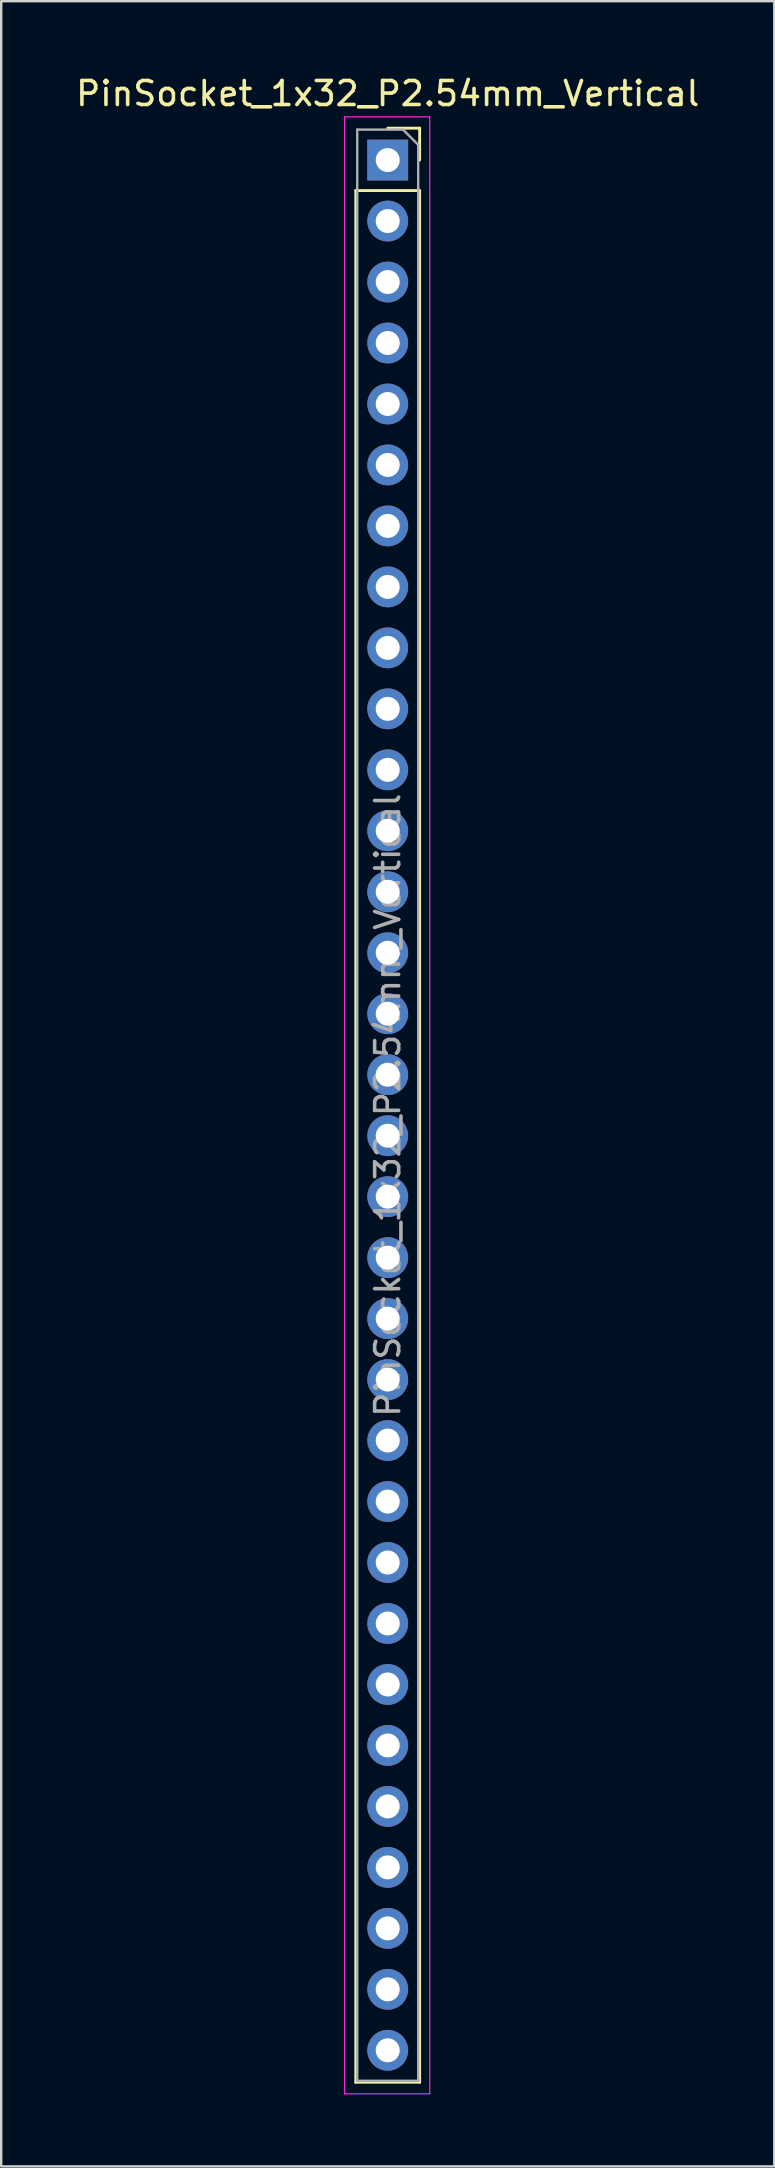
<source format=kicad_pcb>
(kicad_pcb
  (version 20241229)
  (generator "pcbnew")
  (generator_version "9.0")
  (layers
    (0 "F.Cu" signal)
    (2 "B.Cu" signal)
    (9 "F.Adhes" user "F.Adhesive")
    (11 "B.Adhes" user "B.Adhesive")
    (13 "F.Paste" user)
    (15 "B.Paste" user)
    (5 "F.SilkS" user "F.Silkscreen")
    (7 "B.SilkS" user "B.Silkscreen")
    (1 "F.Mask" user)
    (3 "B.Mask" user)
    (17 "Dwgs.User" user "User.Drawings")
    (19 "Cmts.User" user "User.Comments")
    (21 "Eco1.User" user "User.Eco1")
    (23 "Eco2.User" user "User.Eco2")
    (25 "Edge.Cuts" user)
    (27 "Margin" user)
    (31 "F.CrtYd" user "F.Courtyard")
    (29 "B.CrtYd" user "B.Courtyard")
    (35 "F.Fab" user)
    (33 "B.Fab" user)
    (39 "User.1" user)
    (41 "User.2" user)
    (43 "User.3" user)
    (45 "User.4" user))
  (footprint "PinSocket_1x32_P2.54mm_Vertical"
    (layer "F.Cu")
    (at 13.101 3.618)
    (property "Reference" "PinSocket_1x32_P2.54mm_Vertical" (at 0 -2.77 180) (layer "F.SilkS") (effects (font (size 1 1) (thickness 0.15))))
    (attr through_hole)
    (fp_line (start -1.33 1.27) (end -1.33 80.07) (stroke (width 0.12) (type solid)) (layer "F.SilkS"))
    (fp_line (start -1.33 1.27) (end 1.33 1.27) (stroke (width 0.12) (type solid)) (layer "F.SilkS"))
    (fp_line (start -1.33 80.07) (end 1.33 80.07) (stroke (width 0.12) (type solid)) (layer "F.SilkS"))
    (fp_line (start 0 -1.33) (end 1.33 -1.33) (stroke (width 0.12) (type solid)) (layer "F.SilkS"))
    (fp_line (start 1.33 -1.33) (end 1.33 0) (stroke (width 0.12) (type solid)) (layer "F.SilkS"))
    (fp_line (start 1.33 1.27) (end 1.33 80.07) (stroke (width 0.12) (type solid)) (layer "F.SilkS"))
    (fp_line (start -1.8 -1.8) (end 1.75 -1.8) (stroke (width 0.05) (type solid)) (layer "F.CrtYd"))
    (fp_line (start -1.8 80.55) (end -1.8 -1.8) (stroke (width 0.05) (type solid)) (layer "F.CrtYd"))
    (fp_line (start 1.75 -1.8) (end 1.75 80.55) (stroke (width 0.05) (type solid)) (layer "F.CrtYd"))
    (fp_line (start 1.75 80.55) (end -1.8 80.55) (stroke (width 0.05) (type solid)) (layer "F.CrtYd"))
    (fp_line (start -1.27 -1.27) (end 0.635 -1.27) (stroke (width 0.1) (type solid)) (layer "F.Fab"))
    (fp_line (start -1.27 80.01) (end -1.27 -1.27) (stroke (width 0.1) (type solid)) (layer "F.Fab"))
    (fp_line (start 0.635 -1.27) (end 1.27 -0.635) (stroke (width 0.1) (type solid)) (layer "F.Fab"))
    (fp_line (start 1.27 -0.635) (end 1.27 80.01) (stroke (width 0.1) (type solid)) (layer "F.Fab"))
    (fp_line (start 1.27 80.01) (end -1.27 80.01) (stroke (width 0.1) (type solid)) (layer "F.Fab"))
    (fp_text user "${REFERENCE}" (at 0 39.37 90) (layer "F.Fab") (effects (font (size 1 1) (thickness 0.15))))
    (pad "1" thru_hole rect (at 0 0) (size 1.7 1.7) (drill 1) (layers "*.Cu" "*.Mask"))
    (pad "2" thru_hole oval (at 0 2.54) (size 1.7 1.7) (drill 1) (layers "*.Cu" "*.Mask"))
    (pad "3" thru_hole oval (at 0 5.08) (size 1.7 1.7) (drill 1) (layers "*.Cu" "*.Mask"))
    (pad "4" thru_hole oval (at 0 7.62) (size 1.7 1.7) (drill 1) (layers "*.Cu" "*.Mask"))
    (pad "5" thru_hole oval (at 0 10.16) (size 1.7 1.7) (drill 1) (layers "*.Cu" "*.Mask"))
    (pad "6" thru_hole oval (at 0 12.7) (size 1.7 1.7) (drill 1) (layers "*.Cu" "*.Mask"))
    (pad "7" thru_hole oval (at 0 15.24) (size 1.7 1.7) (drill 1) (layers "*.Cu" "*.Mask"))
    (pad "8" thru_hole oval (at 0 17.78) (size 1.7 1.7) (drill 1) (layers "*.Cu" "*.Mask"))
    (pad "9" thru_hole oval (at 0 20.32) (size 1.7 1.7) (drill 1) (layers "*.Cu" "*.Mask"))
    (pad "10" thru_hole oval (at 0 22.86) (size 1.7 1.7) (drill 1) (layers "*.Cu" "*.Mask"))
    (pad "11" thru_hole oval (at 0 25.4) (size 1.7 1.7) (drill 1) (layers "*.Cu" "*.Mask"))
    (pad "12" thru_hole oval (at 0 27.94) (size 1.7 1.7) (drill 1) (layers "*.Cu" "*.Mask"))
    (pad "13" thru_hole oval (at 0 30.48) (size 1.7 1.7) (drill 1) (layers "*.Cu" "*.Mask"))
    (pad "14" thru_hole oval (at 0 33.02) (size 1.7 1.7) (drill 1) (layers "*.Cu" "*.Mask"))
    (pad "15" thru_hole oval (at 0 35.56) (size 1.7 1.7) (drill 1) (layers "*.Cu" "*.Mask"))
    (pad "16" thru_hole oval (at 0 38.1) (size 1.7 1.7) (drill 1) (layers "*.Cu" "*.Mask"))
    (pad "17" thru_hole oval (at 0 40.64) (size 1.7 1.7) (drill 1) (layers "*.Cu" "*.Mask"))
    (pad "18" thru_hole oval (at 0 43.18) (size 1.7 1.7) (drill 1) (layers "*.Cu" "*.Mask"))
    (pad "19" thru_hole oval (at 0 45.72) (size 1.7 1.7) (drill 1) (layers "*.Cu" "*.Mask"))
    (pad "20" thru_hole oval (at 0 48.26) (size 1.7 1.7) (drill 1) (layers "*.Cu" "*.Mask"))
    (pad "21" thru_hole oval (at 0 50.8) (size 1.7 1.7) (drill 1) (layers "*.Cu" "*.Mask"))
    (pad "22" thru_hole oval (at 0 53.34) (size 1.7 1.7) (drill 1) (layers "*.Cu" "*.Mask"))
    (pad "23" thru_hole oval (at 0 55.88) (size 1.7 1.7) (drill 1) (layers "*.Cu" "*.Mask"))
    (pad "24" thru_hole oval (at 0 58.42) (size 1.7 1.7) (drill 1) (layers "*.Cu" "*.Mask"))
    (pad "25" thru_hole oval (at 0 60.96) (size 1.7 1.7) (drill 1) (layers "*.Cu" "*.Mask"))
    (pad "26" thru_hole oval (at 0 63.5) (size 1.7 1.7) (drill 1) (layers "*.Cu" "*.Mask"))
    (pad "27" thru_hole oval (at 0 66.04) (size 1.7 1.7) (drill 1) (layers "*.Cu" "*.Mask"))
    (pad "28" thru_hole oval (at 0 68.58) (size 1.7 1.7) (drill 1) (layers "*.Cu" "*.Mask"))
    (pad "29" thru_hole oval (at 0 71.12) (size 1.7 1.7) (drill 1) (layers "*.Cu" "*.Mask"))
    (pad "30" thru_hole oval (at 0 73.66) (size 1.7 1.7) (drill 1) (layers "*.Cu" "*.Mask"))
    (pad "31" thru_hole oval (at 0 76.2) (size 1.7 1.7) (drill 1) (layers "*.Cu" "*.Mask"))
    (pad "32" thru_hole oval (at 0 78.74) (size 1.7 1.7) (drill 1) (layers "*.Cu" "*.Mask")))
  (gr_rect
    (start -3 -3)
    (end 29.202 87.193)
    (stroke (width 0.1) (type default))
    (fill no)
    (layer "Edge.Cuts")))
</source>
